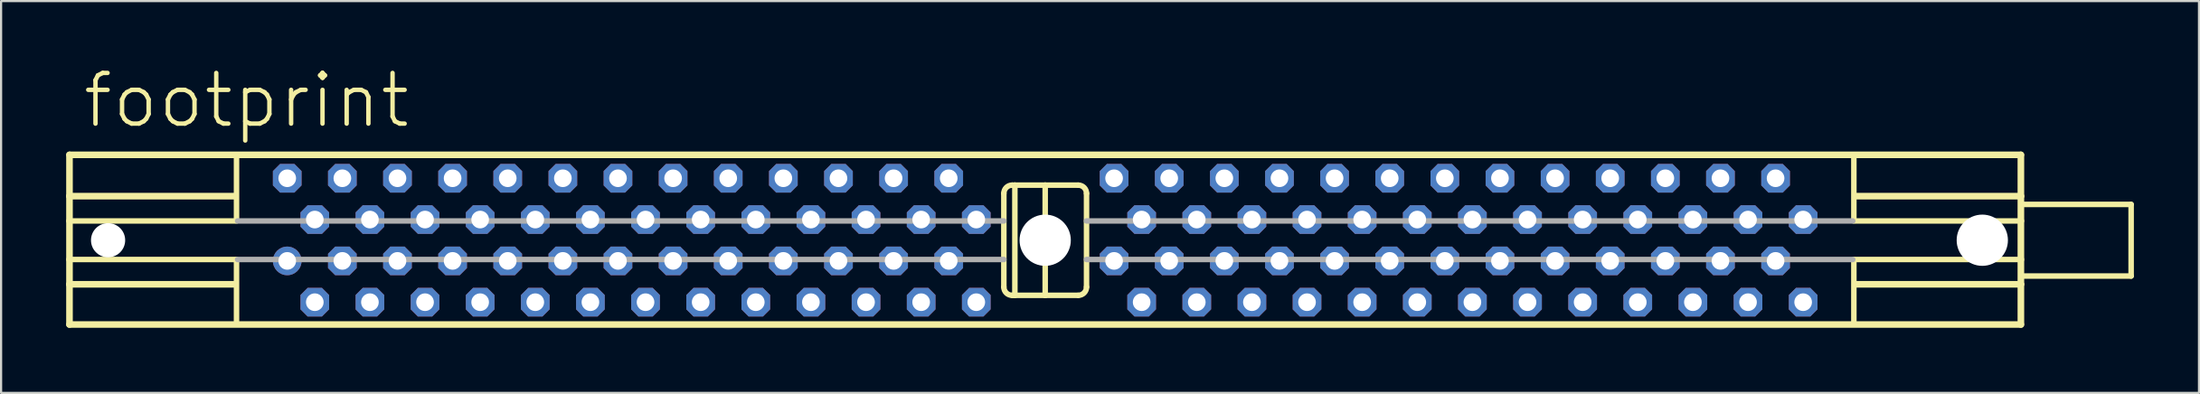
<source format=kicad_pcb>
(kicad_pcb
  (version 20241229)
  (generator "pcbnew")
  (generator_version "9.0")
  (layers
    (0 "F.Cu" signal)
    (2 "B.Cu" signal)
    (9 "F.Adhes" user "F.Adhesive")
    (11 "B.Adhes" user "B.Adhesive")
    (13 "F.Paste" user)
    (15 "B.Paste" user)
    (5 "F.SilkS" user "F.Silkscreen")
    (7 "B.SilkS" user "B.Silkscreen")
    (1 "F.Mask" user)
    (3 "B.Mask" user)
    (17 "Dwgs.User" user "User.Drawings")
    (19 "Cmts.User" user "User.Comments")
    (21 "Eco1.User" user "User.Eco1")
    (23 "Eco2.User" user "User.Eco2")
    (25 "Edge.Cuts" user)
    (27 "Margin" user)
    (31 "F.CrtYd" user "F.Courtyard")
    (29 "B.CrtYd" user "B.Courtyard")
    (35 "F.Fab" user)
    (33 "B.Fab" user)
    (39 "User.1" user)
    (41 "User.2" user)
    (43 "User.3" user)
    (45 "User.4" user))
  (footprint "footprint"
    (layer "F.Cu")
    (at 45.11 8.026)
    (property "Reference" "footprint" (at -44.45 -5.08 0) (layer "F.SilkS") (effects (font (size 2.337 2.337) (thickness 0.203)) (justify left bottom)))
    (fp_line (start -44.958 -3.937) (end -44.958 -2.032) (stroke (width 0.305) (type solid)) (layer "F.SilkS"))
    (fp_line (start -44.958 -3.937) (end 44.958 -3.937) (stroke (width 0.305) (type solid)) (layer "F.SilkS"))
    (fp_line (start -44.958 -2.032) (end -44.958 -0.889) (stroke (width 0.305) (type solid)) (layer "F.SilkS"))
    (fp_line (start -44.958 -2.032) (end -37.338 -2.032) (stroke (width 0.305) (type solid)) (layer "F.SilkS"))
    (fp_line (start -44.958 -0.889) (end -44.958 0.889) (stroke (width 0.305) (type solid)) (layer "F.SilkS"))
    (fp_line (start -44.958 -0.889) (end -37.338 -0.889) (stroke (width 0.254) (type solid)) (layer "F.SilkS"))
    (fp_line (start -44.958 0.889) (end -44.958 2.032) (stroke (width 0.305) (type solid)) (layer "F.SilkS"))
    (fp_line (start -44.958 0.889) (end -37.338 0.889) (stroke (width 0.254) (type solid)) (layer "F.SilkS"))
    (fp_line (start -44.958 2.032) (end -44.958 3.886) (stroke (width 0.305) (type solid)) (layer "F.SilkS"))
    (fp_line (start -44.958 2.032) (end -37.338 2.032) (stroke (width 0.305) (type solid)) (layer "F.SilkS"))
    (fp_line (start -37.262 -3.861) (end -37.262 -0.889) (stroke (width 0.254) (type solid)) (layer "F.SilkS"))
    (fp_line (start -37.262 0.889) (end -37.262 3.81) (stroke (width 0.254) (type solid)) (layer "F.SilkS"))
    (fp_line (start -1.905 -2.159) (end -1.905 2.159) (stroke (width 0.254) (type solid)) (layer "F.SilkS"))
    (fp_line (start -1.524 2.54) (end -1.397 2.54) (stroke (width 0.254) (type solid)) (layer "F.SilkS"))
    (fp_line (start -1.397 -2.54) (end -1.524 -2.54) (stroke (width 0.254) (type solid)) (layer "F.SilkS"))
    (fp_line (start -1.397 2.54) (end -1.397 -2.54) (stroke (width 0.254) (type solid)) (layer "F.SilkS"))
    (fp_line (start -1.397 2.54) (end 0 2.54) (stroke (width 0.254) (type solid)) (layer "F.SilkS"))
    (fp_line (start 0 -2.54) (end -1.397 -2.54) (stroke (width 0.254) (type solid)) (layer "F.SilkS"))
    (fp_line (start 0 2.54) (end 0 -2.54) (stroke (width 0.254) (type solid)) (layer "F.SilkS"))
    (fp_line (start 0 2.54) (end 1.524 2.54) (stroke (width 0.254) (type solid)) (layer "F.SilkS"))
    (fp_line (start 1.524 -2.54) (end 0 -2.54) (stroke (width 0.254) (type solid)) (layer "F.SilkS"))
    (fp_line (start 1.905 2.159) (end 1.905 -2.159) (stroke (width 0.254) (type solid)) (layer "F.SilkS"))
    (fp_line (start 37.262 -3.861) (end 37.262 -0.889) (stroke (width 0.254) (type solid)) (layer "F.SilkS"))
    (fp_line (start 37.262 0.889) (end 37.262 3.81) (stroke (width 0.254) (type solid)) (layer "F.SilkS"))
    (fp_line (start 44.958 -3.937) (end 44.958 -2.032) (stroke (width 0.305) (type solid)) (layer "F.SilkS"))
    (fp_line (start 44.958 -2.032) (end 37.338 -2.032) (stroke (width 0.305) (type solid)) (layer "F.SilkS"))
    (fp_line (start 44.958 -2.032) (end 44.958 -0.889) (stroke (width 0.305) (type solid)) (layer "F.SilkS"))
    (fp_line (start 44.958 -0.889) (end 37.338 -0.889) (stroke (width 0.254) (type solid)) (layer "F.SilkS"))
    (fp_line (start 44.958 -0.889) (end 44.958 0.889) (stroke (width 0.305) (type solid)) (layer "F.SilkS"))
    (fp_line (start 44.958 0.889) (end 37.338 0.889) (stroke (width 0.254) (type solid)) (layer "F.SilkS"))
    (fp_line (start 44.958 0.889) (end 44.958 2.032) (stroke (width 0.305) (type solid)) (layer "F.SilkS"))
    (fp_line (start 44.958 2.032) (end 37.338 2.032) (stroke (width 0.305) (type solid)) (layer "F.SilkS"))
    (fp_line (start 44.958 2.032) (end 44.958 3.886) (stroke (width 0.305) (type solid)) (layer "F.SilkS"))
    (fp_line (start 44.958 3.886) (end -44.958 3.886) (stroke (width 0.305) (type solid)) (layer "F.SilkS"))
    (fp_line (start 45.085 -1.651) (end 50.038 -1.651) (stroke (width 0.254) (type solid)) (layer "F.SilkS"))
    (fp_line (start 50.038 -1.651) (end 50.038 1.651) (stroke (width 0.254) (type solid)) (layer "F.SilkS"))
    (fp_line (start 50.038 1.651) (end 45.085 1.651) (stroke (width 0.254) (type solid)) (layer "F.SilkS"))
    (fp_arc (start -1.905 -2.159) (mid -1.793408 -2.428408) (end -1.524 -2.54) (stroke (width 0.254) (type solid)) (layer "F.SilkS"))
    (fp_arc (start -1.524 2.54) (mid -1.793408 2.428408) (end -1.905 2.159) (stroke (width 0.254) (type solid)) (layer "F.SilkS"))
    (fp_arc (start 1.524 -2.54) (mid 1.793408 -2.428408) (end 1.905 -2.159) (stroke (width 0.254) (type solid)) (layer "F.SilkS"))
    (fp_arc (start 1.905 2.159) (mid 1.793408 2.428408) (end 1.524 2.54) (stroke (width 0.254) (type solid)) (layer "F.SilkS"))
    (fp_line (start -37.211 -0.889) (end -1.905 -0.889) (stroke (width 0.254) (type solid)) (layer "F.Fab"))
    (fp_line (start -37.211 0.889) (end -1.905 0.889) (stroke (width 0.254) (type solid)) (layer "F.Fab"))
    (fp_line (start 1.905 -0.889) (end 37.211 -0.889) (stroke (width 0.254) (type solid)) (layer "F.Fab"))
    (fp_line (start 1.905 0.889) (end 37.211 0.889) (stroke (width 0.254) (type solid)) (layer "F.Fab"))
    (pad "" np_thru_hole circle (at -43.18 0) (size 1.575 1.575) (drill 1.575) (layers "*.Cu" "*.Mask"))
    (pad "" np_thru_hole circle (at 0 0) (size 2.362 2.362) (drill 2.362) (layers "*.Cu" "*.Mask"))
    (pad "" np_thru_hole circle (at 43.18 0) (size 2.362 2.362) (drill 2.362) (layers "*.Cu" "*.Mask"))
    (pad "1" thru_hole circle (at -34.925 0.953) (size 1.321 1.321) (drill 0.813) (layers "*.Cu" "*.Mask"))
    (pad "2" thru_hole roundrect (at -33.655 2.857) (size 1.321 1.321) (drill 0.813) (layers "*.Cu" "*.Mask") (roundrect_rratio 0.25) (chamfer_ratio 0.25) (chamfer top_left top_right bottom_left bottom_right))
    (pad "3" thru_hole roundrect (at -32.385 0.953) (size 1.321 1.321) (drill 0.813) (layers "*.Cu" "*.Mask") (roundrect_rratio 0.25) (chamfer_ratio 0.25) (chamfer top_left top_right bottom_left bottom_right))
    (pad "4" thru_hole roundrect (at -31.115 2.857) (size 1.321 1.321) (drill 0.813) (layers "*.Cu" "*.Mask") (roundrect_rratio 0.25) (chamfer_ratio 0.25) (chamfer top_left top_right bottom_left bottom_right))
    (pad "5" thru_hole roundrect (at -29.845 0.953) (size 1.321 1.321) (drill 0.813) (layers "*.Cu" "*.Mask") (roundrect_rratio 0.25) (chamfer_ratio 0.25) (chamfer top_left top_right bottom_left bottom_right))
    (pad "6" thru_hole roundrect (at -28.575 2.857) (size 1.321 1.321) (drill 0.813) (layers "*.Cu" "*.Mask") (roundrect_rratio 0.25) (chamfer_ratio 0.25) (chamfer top_left top_right bottom_left bottom_right))
    (pad "7" thru_hole roundrect (at -27.305 0.953) (size 1.321 1.321) (drill 0.813) (layers "*.Cu" "*.Mask") (roundrect_rratio 0.25) (chamfer_ratio 0.25) (chamfer top_left top_right bottom_left bottom_right))
    (pad "8" thru_hole roundrect (at -26.035 2.857) (size 1.321 1.321) (drill 0.813) (layers "*.Cu" "*.Mask") (roundrect_rratio 0.25) (chamfer_ratio 0.25) (chamfer top_left top_right bottom_left bottom_right))
    (pad "9" thru_hole roundrect (at -24.765 0.953) (size 1.321 1.321) (drill 0.813) (layers "*.Cu" "*.Mask") (roundrect_rratio 0.25) (chamfer_ratio 0.25) (chamfer top_left top_right bottom_left bottom_right))
    (pad "10" thru_hole roundrect (at -23.495 2.857) (size 1.321 1.321) (drill 0.813) (layers "*.Cu" "*.Mask") (roundrect_rratio 0.25) (chamfer_ratio 0.25) (chamfer top_left top_right bottom_left bottom_right))
    (pad "11" thru_hole roundrect (at -22.225 0.953) (size 1.321 1.321) (drill 0.813) (layers "*.Cu" "*.Mask") (roundrect_rratio 0.25) (chamfer_ratio 0.25) (chamfer top_left top_right bottom_left bottom_right))
    (pad "12" thru_hole roundrect (at -20.955 2.857) (size 1.321 1.321) (drill 0.813) (layers "*.Cu" "*.Mask") (roundrect_rratio 0.25) (chamfer_ratio 0.25) (chamfer top_left top_right bottom_left bottom_right))
    (pad "13" thru_hole roundrect (at -19.685 0.953) (size 1.321 1.321) (drill 0.813) (layers "*.Cu" "*.Mask") (roundrect_rratio 0.25) (chamfer_ratio 0.25) (chamfer top_left top_right bottom_left bottom_right))
    (pad "14" thru_hole roundrect (at -18.415 2.857) (size 1.321 1.321) (drill 0.813) (layers "*.Cu" "*.Mask") (roundrect_rratio 0.25) (chamfer_ratio 0.25) (chamfer top_left top_right bottom_left bottom_right))
    (pad "15" thru_hole roundrect (at -17.145 0.953) (size 1.321 1.321) (drill 0.813) (layers "*.Cu" "*.Mask") (roundrect_rratio 0.25) (chamfer_ratio 0.25) (chamfer top_left top_right bottom_left bottom_right))
    (pad "16" thru_hole roundrect (at -15.875 2.857) (size 1.321 1.321) (drill 0.813) (layers "*.Cu" "*.Mask") (roundrect_rratio 0.25) (chamfer_ratio 0.25) (chamfer top_left top_right bottom_left bottom_right))
    (pad "17" thru_hole roundrect (at -14.605 0.953) (size 1.321 1.321) (drill 0.813) (layers "*.Cu" "*.Mask") (roundrect_rratio 0.25) (chamfer_ratio 0.25) (chamfer top_left top_right bottom_left bottom_right))
    (pad "18" thru_hole roundrect (at -13.335 2.857) (size 1.321 1.321) (drill 0.813) (layers "*.Cu" "*.Mask") (roundrect_rratio 0.25) (chamfer_ratio 0.25) (chamfer top_left top_right bottom_left bottom_right))
    (pad "19" thru_hole roundrect (at -12.065 0.953) (size 1.321 1.321) (drill 0.813) (layers "*.Cu" "*.Mask") (roundrect_rratio 0.25) (chamfer_ratio 0.25) (chamfer top_left top_right bottom_left bottom_right))
    (pad "20" thru_hole roundrect (at -10.795 2.857) (size 1.321 1.321) (drill 0.813) (layers "*.Cu" "*.Mask") (roundrect_rratio 0.25) (chamfer_ratio 0.25) (chamfer top_left top_right bottom_left bottom_right))
    (pad "21" thru_hole roundrect (at -9.525 0.953) (size 1.321 1.321) (drill 0.813) (layers "*.Cu" "*.Mask") (roundrect_rratio 0.25) (chamfer_ratio 0.25) (chamfer top_left top_right bottom_left bottom_right))
    (pad "22" thru_hole roundrect (at -8.255 2.857) (size 1.321 1.321) (drill 0.813) (layers "*.Cu" "*.Mask") (roundrect_rratio 0.25) (chamfer_ratio 0.25) (chamfer top_left top_right bottom_left bottom_right))
    (pad "23" thru_hole roundrect (at -6.985 0.953) (size 1.321 1.321) (drill 0.813) (layers "*.Cu" "*.Mask") (roundrect_rratio 0.25) (chamfer_ratio 0.25) (chamfer top_left top_right bottom_left bottom_right))
    (pad "24" thru_hole roundrect (at -5.715 2.857) (size 1.321 1.321) (drill 0.813) (layers "*.Cu" "*.Mask") (roundrect_rratio 0.25) (chamfer_ratio 0.25) (chamfer top_left top_right bottom_left bottom_right))
    (pad "25" thru_hole roundrect (at -4.445 0.953) (size 1.321 1.321) (drill 0.813) (layers "*.Cu" "*.Mask") (roundrect_rratio 0.25) (chamfer_ratio 0.25) (chamfer top_left top_right bottom_left bottom_right))
    (pad "26" thru_hole roundrect (at -3.175 2.857) (size 1.321 1.321) (drill 0.813) (layers "*.Cu" "*.Mask") (roundrect_rratio 0.25) (chamfer_ratio 0.25) (chamfer top_left top_right bottom_left bottom_right))
    (pad "27" thru_hole roundrect (at 3.175 0.953) (size 1.321 1.321) (drill 0.813) (layers "*.Cu" "*.Mask") (roundrect_rratio 0.25) (chamfer_ratio 0.25) (chamfer top_left top_right bottom_left bottom_right))
    (pad "28" thru_hole roundrect (at 4.445 2.857) (size 1.321 1.321) (drill 0.813) (layers "*.Cu" "*.Mask") (roundrect_rratio 0.25) (chamfer_ratio 0.25) (chamfer top_left top_right bottom_left bottom_right))
    (pad "29" thru_hole roundrect (at 5.715 0.953) (size 1.321 1.321) (drill 0.813) (layers "*.Cu" "*.Mask") (roundrect_rratio 0.25) (chamfer_ratio 0.25) (chamfer top_left top_right bottom_left bottom_right))
    (pad "30" thru_hole roundrect (at 6.985 2.857) (size 1.321 1.321) (drill 0.813) (layers "*.Cu" "*.Mask") (roundrect_rratio 0.25) (chamfer_ratio 0.25) (chamfer top_left top_right bottom_left bottom_right))
    (pad "31" thru_hole roundrect (at 8.255 0.953) (size 1.321 1.321) (drill 0.813) (layers "*.Cu" "*.Mask") (roundrect_rratio 0.25) (chamfer_ratio 0.25) (chamfer top_left top_right bottom_left bottom_right))
    (pad "32" thru_hole roundrect (at 9.525 2.857) (size 1.321 1.321) (drill 0.813) (layers "*.Cu" "*.Mask") (roundrect_rratio 0.25) (chamfer_ratio 0.25) (chamfer top_left top_right bottom_left bottom_right))
    (pad "33" thru_hole roundrect (at 10.795 0.953) (size 1.321 1.321) (drill 0.813) (layers "*.Cu" "*.Mask") (roundrect_rratio 0.25) (chamfer_ratio 0.25) (chamfer top_left top_right bottom_left bottom_right))
    (pad "34" thru_hole roundrect (at 12.065 2.857) (size 1.321 1.321) (drill 0.813) (layers "*.Cu" "*.Mask") (roundrect_rratio 0.25) (chamfer_ratio 0.25) (chamfer top_left top_right bottom_left bottom_right))
    (pad "35" thru_hole roundrect (at 13.335 0.953) (size 1.321 1.321) (drill 0.813) (layers "*.Cu" "*.Mask") (roundrect_rratio 0.25) (chamfer_ratio 0.25) (chamfer top_left top_right bottom_left bottom_right))
    (pad "36" thru_hole roundrect (at 14.605 2.857) (size 1.321 1.321) (drill 0.813) (layers "*.Cu" "*.Mask") (roundrect_rratio 0.25) (chamfer_ratio 0.25) (chamfer top_left top_right bottom_left bottom_right))
    (pad "37" thru_hole roundrect (at 15.875 0.953) (size 1.321 1.321) (drill 0.813) (layers "*.Cu" "*.Mask") (roundrect_rratio 0.25) (chamfer_ratio 0.25) (chamfer top_left top_right bottom_left bottom_right))
    (pad "38" thru_hole roundrect (at 17.145 2.857) (size 1.321 1.321) (drill 0.813) (layers "*.Cu" "*.Mask") (roundrect_rratio 0.25) (chamfer_ratio 0.25) (chamfer top_left top_right bottom_left bottom_right))
    (pad "39" thru_hole roundrect (at 18.415 0.953) (size 1.321 1.321) (drill 0.813) (layers "*.Cu" "*.Mask") (roundrect_rratio 0.25) (chamfer_ratio 0.25) (chamfer top_left top_right bottom_left bottom_right))
    (pad "40" thru_hole roundrect (at 19.685 2.857) (size 1.321 1.321) (drill 0.813) (layers "*.Cu" "*.Mask") (roundrect_rratio 0.25) (chamfer_ratio 0.25) (chamfer top_left top_right bottom_left bottom_right))
    (pad "41" thru_hole roundrect (at 20.955 0.953) (size 1.321 1.321) (drill 0.813) (layers "*.Cu" "*.Mask") (roundrect_rratio 0.25) (chamfer_ratio 0.25) (chamfer top_left top_right bottom_left bottom_right))
    (pad "42" thru_hole roundrect (at 22.225 2.857) (size 1.321 1.321) (drill 0.813) (layers "*.Cu" "*.Mask") (roundrect_rratio 0.25) (chamfer_ratio 0.25) (chamfer top_left top_right bottom_left bottom_right))
    (pad "43" thru_hole roundrect (at 23.495 0.953) (size 1.321 1.321) (drill 0.813) (layers "*.Cu" "*.Mask") (roundrect_rratio 0.25) (chamfer_ratio 0.25) (chamfer top_left top_right bottom_left bottom_right))
    (pad "44" thru_hole roundrect (at 24.765 2.857) (size 1.321 1.321) (drill 0.813) (layers "*.Cu" "*.Mask") (roundrect_rratio 0.25) (chamfer_ratio 0.25) (chamfer top_left top_right bottom_left bottom_right))
    (pad "45" thru_hole roundrect (at 26.035 0.953) (size 1.321 1.321) (drill 0.813) (layers "*.Cu" "*.Mask") (roundrect_rratio 0.25) (chamfer_ratio 0.25) (chamfer top_left top_right bottom_left bottom_right))
    (pad "46" thru_hole roundrect (at 27.305 2.857) (size 1.321 1.321) (drill 0.813) (layers "*.Cu" "*.Mask") (roundrect_rratio 0.25) (chamfer_ratio 0.25) (chamfer top_left top_right bottom_left bottom_right))
    (pad "47" thru_hole roundrect (at 28.575 0.953) (size 1.321 1.321) (drill 0.813) (layers "*.Cu" "*.Mask") (roundrect_rratio 0.25) (chamfer_ratio 0.25) (chamfer top_left top_right bottom_left bottom_right))
    (pad "48" thru_hole roundrect (at 29.845 2.857) (size 1.321 1.321) (drill 0.813) (layers "*.Cu" "*.Mask") (roundrect_rratio 0.25) (chamfer_ratio 0.25) (chamfer top_left top_right bottom_left bottom_right))
    (pad "49" thru_hole roundrect (at 31.115 0.953) (size 1.321 1.321) (drill 0.813) (layers "*.Cu" "*.Mask") (roundrect_rratio 0.25) (chamfer_ratio 0.25) (chamfer top_left top_right bottom_left bottom_right))
    (pad "50" thru_hole roundrect (at 32.385 2.857) (size 1.321 1.321) (drill 0.813) (layers "*.Cu" "*.Mask") (roundrect_rratio 0.25) (chamfer_ratio 0.25) (chamfer top_left top_right bottom_left bottom_right))
    (pad "51" thru_hole roundrect (at 33.655 0.953) (size 1.321 1.321) (drill 0.813) (layers "*.Cu" "*.Mask") (roundrect_rratio 0.25) (chamfer_ratio 0.25) (chamfer top_left top_right bottom_left bottom_right))
    (pad "52" thru_hole roundrect (at 34.925 2.857) (size 1.321 1.321) (drill 0.813) (layers "*.Cu" "*.Mask") (roundrect_rratio 0.25) (chamfer_ratio 0.25) (chamfer top_left top_right bottom_left bottom_right))
    (pad "53" thru_hole roundrect (at -34.925 -2.857) (size 1.321 1.321) (drill 0.813) (layers "*.Cu" "*.Mask") (roundrect_rratio 0.25) (chamfer_ratio 0.25) (chamfer top_left top_right bottom_left bottom_right))
    (pad "54" thru_hole roundrect (at -33.655 -0.953) (size 1.321 1.321) (drill 0.813) (layers "*.Cu" "*.Mask") (roundrect_rratio 0.25) (chamfer_ratio 0.25) (chamfer top_left top_right bottom_left bottom_right))
    (pad "55" thru_hole roundrect (at -32.385 -2.857) (size 1.321 1.321) (drill 0.813) (layers "*.Cu" "*.Mask") (roundrect_rratio 0.25) (chamfer_ratio 0.25) (chamfer top_left top_right bottom_left bottom_right))
    (pad "56" thru_hole roundrect (at -31.115 -0.953) (size 1.321 1.321) (drill 0.813) (layers "*.Cu" "*.Mask") (roundrect_rratio 0.25) (chamfer_ratio 0.25) (chamfer top_left top_right bottom_left bottom_right))
    (pad "57" thru_hole roundrect (at -29.845 -2.857) (size 1.321 1.321) (drill 0.813) (layers "*.Cu" "*.Mask") (roundrect_rratio 0.25) (chamfer_ratio 0.25) (chamfer top_left top_right bottom_left bottom_right))
    (pad "58" thru_hole roundrect (at -28.575 -0.953) (size 1.321 1.321) (drill 0.813) (layers "*.Cu" "*.Mask") (roundrect_rratio 0.25) (chamfer_ratio 0.25) (chamfer top_left top_right bottom_left bottom_right))
    (pad "59" thru_hole roundrect (at -27.305 -2.857) (size 1.321 1.321) (drill 0.813) (layers "*.Cu" "*.Mask") (roundrect_rratio 0.25) (chamfer_ratio 0.25) (chamfer top_left top_right bottom_left bottom_right))
    (pad "60" thru_hole roundrect (at -26.035 -0.953) (size 1.321 1.321) (drill 0.813) (layers "*.Cu" "*.Mask") (roundrect_rratio 0.25) (chamfer_ratio 0.25) (chamfer top_left top_right bottom_left bottom_right))
    (pad "61" thru_hole roundrect (at -24.765 -2.857) (size 1.321 1.321) (drill 0.813) (layers "*.Cu" "*.Mask") (roundrect_rratio 0.25) (chamfer_ratio 0.25) (chamfer top_left top_right bottom_left bottom_right))
    (pad "62" thru_hole roundrect (at -23.495 -0.953) (size 1.321 1.321) (drill 0.813) (layers "*.Cu" "*.Mask") (roundrect_rratio 0.25) (chamfer_ratio 0.25) (chamfer top_left top_right bottom_left bottom_right))
    (pad "63" thru_hole roundrect (at -22.225 -2.857) (size 1.321 1.321) (drill 0.813) (layers "*.Cu" "*.Mask") (roundrect_rratio 0.25) (chamfer_ratio 0.25) (chamfer top_left top_right bottom_left bottom_right))
    (pad "64" thru_hole roundrect (at -20.955 -0.953) (size 1.321 1.321) (drill 0.813) (layers "*.Cu" "*.Mask") (roundrect_rratio 0.25) (chamfer_ratio 0.25) (chamfer top_left top_right bottom_left bottom_right))
    (pad "65" thru_hole roundrect (at -19.685 -2.857) (size 1.321 1.321) (drill 0.813) (layers "*.Cu" "*.Mask") (roundrect_rratio 0.25) (chamfer_ratio 0.25) (chamfer top_left top_right bottom_left bottom_right))
    (pad "66" thru_hole roundrect (at -18.415 -0.953) (size 1.321 1.321) (drill 0.813) (layers "*.Cu" "*.Mask") (roundrect_rratio 0.25) (chamfer_ratio 0.25) (chamfer top_left top_right bottom_left bottom_right))
    (pad "67" thru_hole roundrect (at -17.145 -2.857) (size 1.321 1.321) (drill 0.813) (layers "*.Cu" "*.Mask") (roundrect_rratio 0.25) (chamfer_ratio 0.25) (chamfer top_left top_right bottom_left bottom_right))
    (pad "68" thru_hole roundrect (at -15.875 -0.953) (size 1.321 1.321) (drill 0.813) (layers "*.Cu" "*.Mask") (roundrect_rratio 0.25) (chamfer_ratio 0.25) (chamfer top_left top_right bottom_left bottom_right))
    (pad "69" thru_hole roundrect (at -14.605 -2.857) (size 1.321 1.321) (drill 0.813) (layers "*.Cu" "*.Mask") (roundrect_rratio 0.25) (chamfer_ratio 0.25) (chamfer top_left top_right bottom_left bottom_right))
    (pad "70" thru_hole roundrect (at -13.335 -0.953) (size 1.321 1.321) (drill 0.813) (layers "*.Cu" "*.Mask") (roundrect_rratio 0.25) (chamfer_ratio 0.25) (chamfer top_left top_right bottom_left bottom_right))
    (pad "71" thru_hole roundrect (at -12.065 -2.857) (size 1.321 1.321) (drill 0.813) (layers "*.Cu" "*.Mask") (roundrect_rratio 0.25) (chamfer_ratio 0.25) (chamfer top_left top_right bottom_left bottom_right))
    (pad "72" thru_hole roundrect (at -10.795 -0.953) (size 1.321 1.321) (drill 0.813) (layers "*.Cu" "*.Mask") (roundrect_rratio 0.25) (chamfer_ratio 0.25) (chamfer top_left top_right bottom_left bottom_right))
    (pad "73" thru_hole roundrect (at -9.525 -2.857) (size 1.321 1.321) (drill 0.813) (layers "*.Cu" "*.Mask") (roundrect_rratio 0.25) (chamfer_ratio 0.25) (chamfer top_left top_right bottom_left bottom_right))
    (pad "74" thru_hole roundrect (at -8.255 -0.953) (size 1.321 1.321) (drill 0.813) (layers "*.Cu" "*.Mask") (roundrect_rratio 0.25) (chamfer_ratio 0.25) (chamfer top_left top_right bottom_left bottom_right))
    (pad "75" thru_hole roundrect (at -6.985 -2.857) (size 1.321 1.321) (drill 0.813) (layers "*.Cu" "*.Mask") (roundrect_rratio 0.25) (chamfer_ratio 0.25) (chamfer top_left top_right bottom_left bottom_right))
    (pad "76" thru_hole roundrect (at -5.715 -0.953) (size 1.321 1.321) (drill 0.813) (layers "*.Cu" "*.Mask") (roundrect_rratio 0.25) (chamfer_ratio 0.25) (chamfer top_left top_right bottom_left bottom_right))
    (pad "77" thru_hole roundrect (at -4.445 -2.857) (size 1.321 1.321) (drill 0.813) (layers "*.Cu" "*.Mask") (roundrect_rratio 0.25) (chamfer_ratio 0.25) (chamfer top_left top_right bottom_left bottom_right))
    (pad "78" thru_hole roundrect (at -3.175 -0.953) (size 1.321 1.321) (drill 0.813) (layers "*.Cu" "*.Mask") (roundrect_rratio 0.25) (chamfer_ratio 0.25) (chamfer top_left top_right bottom_left bottom_right))
    (pad "79" thru_hole roundrect (at 3.175 -2.857) (size 1.321 1.321) (drill 0.813) (layers "*.Cu" "*.Mask") (roundrect_rratio 0.25) (chamfer_ratio 0.25) (chamfer top_left top_right bottom_left bottom_right))
    (pad "80" thru_hole roundrect (at 4.445 -0.953) (size 1.321 1.321) (drill 0.813) (layers "*.Cu" "*.Mask") (roundrect_rratio 0.25) (chamfer_ratio 0.25) (chamfer top_left top_right bottom_left bottom_right))
    (pad "81" thru_hole roundrect (at 5.715 -2.857) (size 1.321 1.321) (drill 0.813) (layers "*.Cu" "*.Mask") (roundrect_rratio 0.25) (chamfer_ratio 0.25) (chamfer top_left top_right bottom_left bottom_right))
    (pad "82" thru_hole roundrect (at 6.985 -0.953) (size 1.321 1.321) (drill 0.813) (layers "*.Cu" "*.Mask") (roundrect_rratio 0.25) (chamfer_ratio 0.25) (chamfer top_left top_right bottom_left bottom_right))
    (pad "83" thru_hole roundrect (at 8.255 -2.857) (size 1.321 1.321) (drill 0.813) (layers "*.Cu" "*.Mask") (roundrect_rratio 0.25) (chamfer_ratio 0.25) (chamfer top_left top_right bottom_left bottom_right))
    (pad "84" thru_hole roundrect (at 9.525 -0.953) (size 1.321 1.321) (drill 0.813) (layers "*.Cu" "*.Mask") (roundrect_rratio 0.25) (chamfer_ratio 0.25) (chamfer top_left top_right bottom_left bottom_right))
    (pad "85" thru_hole roundrect (at 10.795 -2.857) (size 1.321 1.321) (drill 0.813) (layers "*.Cu" "*.Mask") (roundrect_rratio 0.25) (chamfer_ratio 0.25) (chamfer top_left top_right bottom_left bottom_right))
    (pad "86" thru_hole roundrect (at 12.065 -0.953) (size 1.321 1.321) (drill 0.813) (layers "*.Cu" "*.Mask") (roundrect_rratio 0.25) (chamfer_ratio 0.25) (chamfer top_left top_right bottom_left bottom_right))
    (pad "87" thru_hole roundrect (at 13.335 -2.857) (size 1.321 1.321) (drill 0.813) (layers "*.Cu" "*.Mask") (roundrect_rratio 0.25) (chamfer_ratio 0.25) (chamfer top_left top_right bottom_left bottom_right))
    (pad "88" thru_hole roundrect (at 14.605 -0.953) (size 1.321 1.321) (drill 0.813) (layers "*.Cu" "*.Mask") (roundrect_rratio 0.25) (chamfer_ratio 0.25) (chamfer top_left top_right bottom_left bottom_right))
    (pad "89" thru_hole roundrect (at 15.875 -2.857) (size 1.321 1.321) (drill 0.813) (layers "*.Cu" "*.Mask") (roundrect_rratio 0.25) (chamfer_ratio 0.25) (chamfer top_left top_right bottom_left bottom_right))
    (pad "90" thru_hole roundrect (at 17.145 -0.953) (size 1.321 1.321) (drill 0.813) (layers "*.Cu" "*.Mask") (roundrect_rratio 0.25) (chamfer_ratio 0.25) (chamfer top_left top_right bottom_left bottom_right))
    (pad "91" thru_hole roundrect (at 18.415 -2.857) (size 1.321 1.321) (drill 0.813) (layers "*.Cu" "*.Mask") (roundrect_rratio 0.25) (chamfer_ratio 0.25) (chamfer top_left top_right bottom_left bottom_right))
    (pad "92" thru_hole roundrect (at 19.685 -0.953) (size 1.321 1.321) (drill 0.813) (layers "*.Cu" "*.Mask") (roundrect_rratio 0.25) (chamfer_ratio 0.25) (chamfer top_left top_right bottom_left bottom_right))
    (pad "93" thru_hole roundrect (at 20.955 -2.857) (size 1.321 1.321) (drill 0.813) (layers "*.Cu" "*.Mask") (roundrect_rratio 0.25) (chamfer_ratio 0.25) (chamfer top_left top_right bottom_left bottom_right))
    (pad "94" thru_hole roundrect (at 22.225 -0.953) (size 1.321 1.321) (drill 0.813) (layers "*.Cu" "*.Mask") (roundrect_rratio 0.25) (chamfer_ratio 0.25) (chamfer top_left top_right bottom_left bottom_right))
    (pad "95" thru_hole roundrect (at 23.495 -2.857) (size 1.321 1.321) (drill 0.813) (layers "*.Cu" "*.Mask") (roundrect_rratio 0.25) (chamfer_ratio 0.25) (chamfer top_left top_right bottom_left bottom_right))
    (pad "96" thru_hole roundrect (at 24.765 -0.953) (size 1.321 1.321) (drill 0.813) (layers "*.Cu" "*.Mask") (roundrect_rratio 0.25) (chamfer_ratio 0.25) (chamfer top_left top_right bottom_left bottom_right))
    (pad "97" thru_hole roundrect (at 26.035 -2.857) (size 1.321 1.321) (drill 0.813) (layers "*.Cu" "*.Mask") (roundrect_rratio 0.25) (chamfer_ratio 0.25) (chamfer top_left top_right bottom_left bottom_right))
    (pad "98" thru_hole roundrect (at 27.305 -0.953) (size 1.321 1.321) (drill 0.813) (layers "*.Cu" "*.Mask") (roundrect_rratio 0.25) (chamfer_ratio 0.25) (chamfer top_left top_right bottom_left bottom_right))
    (pad "99" thru_hole roundrect (at 28.575 -2.857) (size 1.321 1.321) (drill 0.813) (layers "*.Cu" "*.Mask") (roundrect_rratio 0.25) (chamfer_ratio 0.25) (chamfer top_left top_right bottom_left bottom_right))
    (pad "100" thru_hole roundrect (at 29.845 -0.953) (size 1.321 1.321) (drill 0.813) (layers "*.Cu" "*.Mask") (roundrect_rratio 0.25) (chamfer_ratio 0.25) (chamfer top_left top_right bottom_left bottom_right))
    (pad "101" thru_hole roundrect (at 31.115 -2.857) (size 1.321 1.321) (drill 0.813) (layers "*.Cu" "*.Mask") (roundrect_rratio 0.25) (chamfer_ratio 0.25) (chamfer top_left top_right bottom_left bottom_right))
    (pad "102" thru_hole roundrect (at 32.385 -0.953) (size 1.321 1.321) (drill 0.813) (layers "*.Cu" "*.Mask") (roundrect_rratio 0.25) (chamfer_ratio 0.25) (chamfer top_left top_right bottom_left bottom_right))
    (pad "103" thru_hole roundrect (at 33.655 -2.857) (size 1.321 1.321) (drill 0.813) (layers "*.Cu" "*.Mask") (roundrect_rratio 0.25) (chamfer_ratio 0.25) (chamfer top_left top_right bottom_left bottom_right))
    (pad "104" thru_hole roundrect (at 34.925 -0.953) (size 1.321 1.321) (drill 0.813) (layers "*.Cu" "*.Mask") (roundrect_rratio 0.25) (chamfer_ratio 0.25) (chamfer top_left top_right bottom_left bottom_right)))
  (gr_rect
    (start -3 -3)
    (end 98.275 15.065)
    (stroke (width 0.1) (type default))
    (fill no)
    (layer "Edge.Cuts")))
</source>
